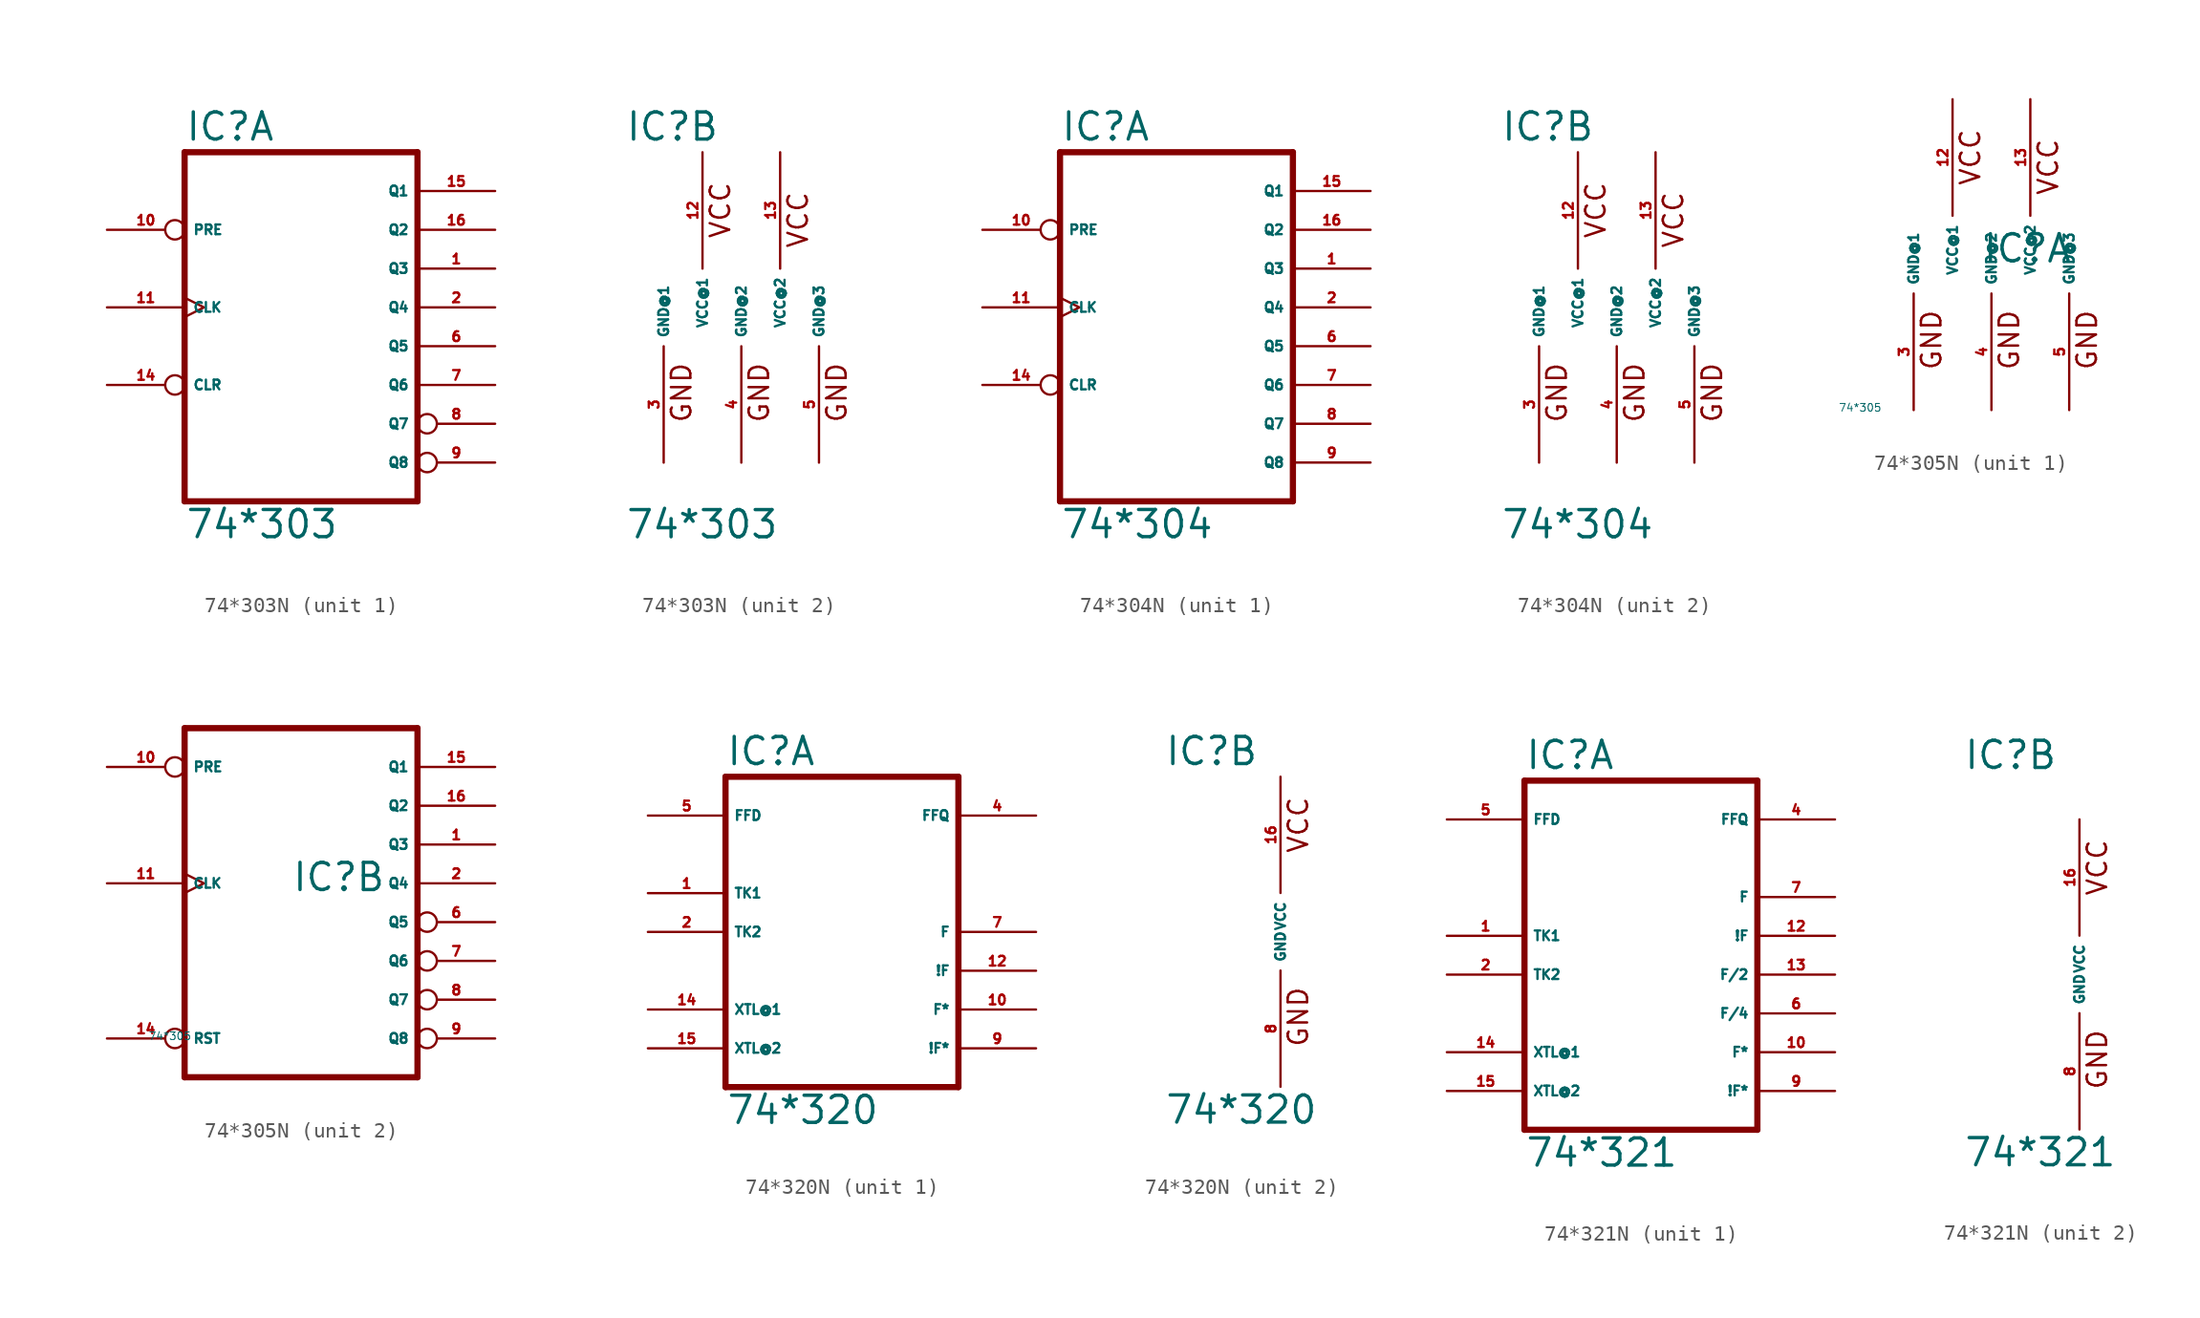
<source format=kicad_sym>
(kicad_symbol_lib
  (version 20220914)
  (generator Eagle2Kicad)
  (symbol "74*303N"
    (property "Reference" "IC"
      (at -7.62 10.795 0)
      (effects (font (size 1.778 1.778) (thickness 0.22)) (justify left bottom)))
    (property "Value" "74*303"
      (at -7.62 -15.24 0)
      (effects (font (size 1.778 1.778) (thickness 0.22)) (justify left bottom)))
    (symbol "74*303N_1_0"
      (polyline (pts (xy -7.62 -12.7) (xy 7.62 -12.7)) (stroke (width 0.406) (type default)) (fill (type none)))
      (polyline (pts (xy 7.62 10.16) (xy 7.62 -12.7)) (stroke (width 0.406) (type default)) (fill (type none)))
      (polyline (pts (xy 7.62 10.16) (xy -7.62 10.16)) (stroke (width 0.406) (type default)) (fill (type none)))
      (polyline (pts (xy -7.62 -12.7) (xy -7.62 10.16)) (stroke (width 0.406) (type default)) (fill (type none)))
      (pin input inverted (at -12.7 5.08 0) (length 5.08) (name "PRE" (effects (font (size 0.635 0.635) (thickness 0.08)) (justify left bottom))) (number "10" (effects (font (size 0.635 0.635) (thickness 0.08)) (justify left bottom))))
      (pin input clock (at -12.7 0 0) (length 5.08) (name "CLK" (effects (font (size 0.635 0.635) (thickness 0.08)) (justify left bottom))) (number "11" (effects (font (size 0.635 0.635) (thickness 0.08)) (justify left bottom))))
      (pin input inverted (at -12.7 -5.08 0) (length 5.08) (name "CLR" (effects (font (size 0.635 0.635) (thickness 0.08)) (justify left bottom))) (number "14" (effects (font (size 0.635 0.635) (thickness 0.08)) (justify left bottom))))
      (pin output line (at 12.7 7.62 180) (length 5.08) (name "Q1" (effects (font (size 0.635 0.635) (thickness 0.08)) (justify left bottom))) (number "15" (effects (font (size 0.635 0.635) (thickness 0.08)) (justify left bottom))))
      (pin output line (at 12.7 5.08 180) (length 5.08) (name "Q2" (effects (font (size 0.635 0.635) (thickness 0.08)) (justify left bottom))) (number "16" (effects (font (size 0.635 0.635) (thickness 0.08)) (justify left bottom))))
      (pin output line (at 12.7 2.54 180) (length 5.08) (name "Q3" (effects (font (size 0.635 0.635) (thickness 0.08)) (justify left bottom))) (number "1" (effects (font (size 0.635 0.635) (thickness 0.08)) (justify left bottom))))
      (pin output line (at 12.7 0 180) (length 5.08) (name "Q4" (effects (font (size 0.635 0.635) (thickness 0.08)) (justify left bottom))) (number "2" (effects (font (size 0.635 0.635) (thickness 0.08)) (justify left bottom))))
      (pin output line (at 12.7 -2.54 180) (length 5.08) (name "Q5" (effects (font (size 0.635 0.635) (thickness 0.08)) (justify left bottom))) (number "6" (effects (font (size 0.635 0.635) (thickness 0.08)) (justify left bottom))))
      (pin output line (at 12.7 -5.08 180) (length 5.08) (name "Q6" (effects (font (size 0.635 0.635) (thickness 0.08)) (justify left bottom))) (number "7" (effects (font (size 0.635 0.635) (thickness 0.08)) (justify left bottom))))
      (pin output inverted (at 12.7 -7.62 180) (length 5.08) (name "Q7" (effects (font (size 0.635 0.635) (thickness 0.08)) (justify left bottom))) (number "8" (effects (font (size 0.635 0.635) (thickness 0.08)) (justify left bottom))))
      (pin output inverted (at 12.7 -10.16 180) (length 5.08) (name "Q8" (effects (font (size 0.635 0.635) (thickness 0.08)) (justify left bottom))) (number "9" (effects (font (size 0.635 0.635) (thickness 0.08)) (justify left bottom)))))
    (symbol "74*303N_2_0"
      (text "GND" (at 6.985 -7.62 900) (effects (font (size 1.27 1.27) (thickness 0.16)) (justify left bottom)))
      (text "GND" (at 1.905 -7.62 900) (effects (font (size 1.27 1.27) (thickness 0.16)) (justify left bottom)))
      (text "GND" (at -3.175 -7.62 900) (effects (font (size 1.27 1.27) (thickness 0.16)) (justify left bottom)))
      (text "VCC" (at 4.445 3.81 900) (effects (font (size 1.27 1.27) (thickness 0.16)) (justify left bottom)))
      (text "VCC" (at -0.635 4.445 900) (effects (font (size 1.27 1.27) (thickness 0.16)) (justify left bottom)))
      (pin unspecified line (at -2.54 10.16 270) (length 7.62) (name "VCC@1" (effects (font (size 0.635 0.635) (thickness 0.08)) (justify left bottom))) (number "12" (effects (font (size 0.635 0.635) (thickness 0.08)) (justify left bottom))))
      (pin unspecified line (at 2.54 10.16 270) (length 7.62) (name "VCC@2" (effects (font (size 0.635 0.635) (thickness 0.08)) (justify left bottom))) (number "13" (effects (font (size 0.635 0.635) (thickness 0.08)) (justify left bottom))))
      (pin unspecified line (at 5.08 -10.16 90) (length 7.62) (name "GND@3" (effects (font (size 0.635 0.635) (thickness 0.08)) (justify left bottom))) (number "5" (effects (font (size 0.635 0.635) (thickness 0.08)) (justify left bottom))))
      (pin unspecified line (at 0 -10.16 90) (length 7.62) (name "GND@2" (effects (font (size 0.635 0.635) (thickness 0.08)) (justify left bottom))) (number "4" (effects (font (size 0.635 0.635) (thickness 0.08)) (justify left bottom))))
      (pin unspecified line (at -5.08 -10.16 90) (length 7.62) (name "GND@1" (effects (font (size 0.635 0.635) (thickness 0.08)) (justify left bottom))) (number "3" (effects (font (size 0.635 0.635) (thickness 0.08)) (justify left bottom))))))
  (symbol "74*304N"
    (property "Reference" "IC"
      (at -7.62 10.795 0)
      (effects (font (size 1.778 1.778) (thickness 0.22)) (justify left bottom)))
    (property "Value" "74*304"
      (at -7.62 -15.24 0)
      (effects (font (size 1.778 1.778) (thickness 0.22)) (justify left bottom)))
    (symbol "74*304N_1_0"
      (polyline (pts (xy -7.62 -12.7) (xy 7.62 -12.7)) (stroke (width 0.406) (type default)) (fill (type none)))
      (polyline (pts (xy 7.62 10.16) (xy 7.62 -12.7)) (stroke (width 0.406) (type default)) (fill (type none)))
      (polyline (pts (xy 7.62 10.16) (xy -7.62 10.16)) (stroke (width 0.406) (type default)) (fill (type none)))
      (polyline (pts (xy -7.62 -12.7) (xy -7.62 10.16)) (stroke (width 0.406) (type default)) (fill (type none)))
      (pin input inverted (at -12.7 5.08 0) (length 5.08) (name "PRE" (effects (font (size 0.635 0.635) (thickness 0.08)) (justify left bottom))) (number "10" (effects (font (size 0.635 0.635) (thickness 0.08)) (justify left bottom))))
      (pin input clock (at -12.7 0 0) (length 5.08) (name "CLK" (effects (font (size 0.635 0.635) (thickness 0.08)) (justify left bottom))) (number "11" (effects (font (size 0.635 0.635) (thickness 0.08)) (justify left bottom))))
      (pin input inverted (at -12.7 -5.08 0) (length 5.08) (name "CLR" (effects (font (size 0.635 0.635) (thickness 0.08)) (justify left bottom))) (number "14" (effects (font (size 0.635 0.635) (thickness 0.08)) (justify left bottom))))
      (pin output line (at 12.7 7.62 180) (length 5.08) (name "Q1" (effects (font (size 0.635 0.635) (thickness 0.08)) (justify left bottom))) (number "15" (effects (font (size 0.635 0.635) (thickness 0.08)) (justify left bottom))))
      (pin output line (at 12.7 5.08 180) (length 5.08) (name "Q2" (effects (font (size 0.635 0.635) (thickness 0.08)) (justify left bottom))) (number "16" (effects (font (size 0.635 0.635) (thickness 0.08)) (justify left bottom))))
      (pin output line (at 12.7 2.54 180) (length 5.08) (name "Q3" (effects (font (size 0.635 0.635) (thickness 0.08)) (justify left bottom))) (number "1" (effects (font (size 0.635 0.635) (thickness 0.08)) (justify left bottom))))
      (pin output line (at 12.7 0 180) (length 5.08) (name "Q4" (effects (font (size 0.635 0.635) (thickness 0.08)) (justify left bottom))) (number "2" (effects (font (size 0.635 0.635) (thickness 0.08)) (justify left bottom))))
      (pin output line (at 12.7 -2.54 180) (length 5.08) (name "Q5" (effects (font (size 0.635 0.635) (thickness 0.08)) (justify left bottom))) (number "6" (effects (font (size 0.635 0.635) (thickness 0.08)) (justify left bottom))))
      (pin output line (at 12.7 -5.08 180) (length 5.08) (name "Q6" (effects (font (size 0.635 0.635) (thickness 0.08)) (justify left bottom))) (number "7" (effects (font (size 0.635 0.635) (thickness 0.08)) (justify left bottom))))
      (pin output line (at 12.7 -7.62 180) (length 5.08) (name "Q7" (effects (font (size 0.635 0.635) (thickness 0.08)) (justify left bottom))) (number "8" (effects (font (size 0.635 0.635) (thickness 0.08)) (justify left bottom))))
      (pin output line (at 12.7 -10.16 180) (length 5.08) (name "Q8" (effects (font (size 0.635 0.635) (thickness 0.08)) (justify left bottom))) (number "9" (effects (font (size 0.635 0.635) (thickness 0.08)) (justify left bottom)))))
    (symbol "74*304N_2_0"
      (text "GND" (at 6.985 -7.62 900) (effects (font (size 1.27 1.27) (thickness 0.16)) (justify left bottom)))
      (text "GND" (at 1.905 -7.62 900) (effects (font (size 1.27 1.27) (thickness 0.16)) (justify left bottom)))
      (text "GND" (at -3.175 -7.62 900) (effects (font (size 1.27 1.27) (thickness 0.16)) (justify left bottom)))
      (text "VCC" (at 4.445 3.81 900) (effects (font (size 1.27 1.27) (thickness 0.16)) (justify left bottom)))
      (text "VCC" (at -0.635 4.445 900) (effects (font (size 1.27 1.27) (thickness 0.16)) (justify left bottom)))
      (pin unspecified line (at -2.54 10.16 270) (length 7.62) (name "VCC@1" (effects (font (size 0.635 0.635) (thickness 0.08)) (justify left bottom))) (number "12" (effects (font (size 0.635 0.635) (thickness 0.08)) (justify left bottom))))
      (pin unspecified line (at 2.54 10.16 270) (length 7.62) (name "VCC@2" (effects (font (size 0.635 0.635) (thickness 0.08)) (justify left bottom))) (number "13" (effects (font (size 0.635 0.635) (thickness 0.08)) (justify left bottom))))
      (pin unspecified line (at 5.08 -10.16 90) (length 7.62) (name "GND@3" (effects (font (size 0.635 0.635) (thickness 0.08)) (justify left bottom))) (number "5" (effects (font (size 0.635 0.635) (thickness 0.08)) (justify left bottom))))
      (pin unspecified line (at 0 -10.16 90) (length 7.62) (name "GND@2" (effects (font (size 0.635 0.635) (thickness 0.08)) (justify left bottom))) (number "4" (effects (font (size 0.635 0.635) (thickness 0.08)) (justify left bottom))))
      (pin unspecified line (at -5.08 -10.16 90) (length 7.62) (name "GND@1" (effects (font (size 0.635 0.635) (thickness 0.08)) (justify left bottom))) (number "3" (effects (font (size 0.635 0.635) (thickness 0.08)) (justify left bottom))))))
  (symbol "74*305N"
    (property "Reference" "IC"
      (at -0.635 -0.635 0)
      (effects (font (size 1.778 1.778) (thickness 0.22)) (justify left bottom)))
    (property "Value" "74*305"
      (at -10 -10 0)
      (effects (font (size 0.5 0.5) (thickness 0.06)) (justify left)))
    (symbol "74*305N_1_0"
      (text "GND" (at 6.985 -7.62 900) (effects (font (size 1.27 1.27) (thickness 0.16)) (justify left bottom)))
      (text "GND" (at 1.905 -7.62 900) (effects (font (size 1.27 1.27) (thickness 0.16)) (justify left bottom)))
      (text "GND" (at -3.175 -7.62 900) (effects (font (size 1.27 1.27) (thickness 0.16)) (justify left bottom)))
      (text "VCC" (at 4.445 3.81 900) (effects (font (size 1.27 1.27) (thickness 0.16)) (justify left bottom)))
      (text "VCC" (at -0.635 4.445 900) (effects (font (size 1.27 1.27) (thickness 0.16)) (justify left bottom)))
      (pin unspecified line (at -2.54 10.16 270) (length 7.62) (name "VCC@1" (effects (font (size 0.635 0.635) (thickness 0.08)) (justify left bottom))) (number "12" (effects (font (size 0.635 0.635) (thickness 0.08)) (justify left bottom))))
      (pin unspecified line (at 2.54 10.16 270) (length 7.62) (name "VCC@2" (effects (font (size 0.635 0.635) (thickness 0.08)) (justify left bottom))) (number "13" (effects (font (size 0.635 0.635) (thickness 0.08)) (justify left bottom))))
      (pin unspecified line (at 5.08 -10.16 90) (length 7.62) (name "GND@3" (effects (font (size 0.635 0.635) (thickness 0.08)) (justify left bottom))) (number "5" (effects (font (size 0.635 0.635) (thickness 0.08)) (justify left bottom))))
      (pin unspecified line (at 0 -10.16 90) (length 7.62) (name "GND@2" (effects (font (size 0.635 0.635) (thickness 0.08)) (justify left bottom))) (number "4" (effects (font (size 0.635 0.635) (thickness 0.08)) (justify left bottom))))
      (pin unspecified line (at -5.08 -10.16 90) (length 7.62) (name "GND@1" (effects (font (size 0.635 0.635) (thickness 0.08)) (justify left bottom))) (number "3" (effects (font (size 0.635 0.635) (thickness 0.08)) (justify left bottom)))))
    (symbol "74*305N_2_0"
      (polyline (pts (xy -7.62 -12.7) (xy 7.62 -12.7)) (stroke (width 0.406) (type default)) (fill (type none)))
      (polyline (pts (xy 7.62 10.16) (xy 7.62 -12.7)) (stroke (width 0.406) (type default)) (fill (type none)))
      (polyline (pts (xy 7.62 10.16) (xy -7.62 10.16)) (stroke (width 0.406) (type default)) (fill (type none)))
      (polyline (pts (xy -7.62 -12.7) (xy -7.62 10.16)) (stroke (width 0.406) (type default)) (fill (type none)))
      (pin input inverted (at -12.7 7.62 0) (length 5.08) (name "PRE" (effects (font (size 0.635 0.635) (thickness 0.08)) (justify left bottom))) (number "10" (effects (font (size 0.635 0.635) (thickness 0.08)) (justify left bottom))))
      (pin input clock (at -12.7 0 0) (length 5.08) (name "CLK" (effects (font (size 0.635 0.635) (thickness 0.08)) (justify left bottom))) (number "11" (effects (font (size 0.635 0.635) (thickness 0.08)) (justify left bottom))))
      (pin input inverted (at -12.7 -10.16 0) (length 5.08) (name "RST" (effects (font (size 0.635 0.635) (thickness 0.08)) (justify left bottom))) (number "14" (effects (font (size 0.635 0.635) (thickness 0.08)) (justify left bottom))))
      (pin output line (at 12.7 7.62 180) (length 5.08) (name "Q1" (effects (font (size 0.635 0.635) (thickness 0.08)) (justify left bottom))) (number "15" (effects (font (size 0.635 0.635) (thickness 0.08)) (justify left bottom))))
      (pin output line (at 12.7 5.08 180) (length 5.08) (name "Q2" (effects (font (size 0.635 0.635) (thickness 0.08)) (justify left bottom))) (number "16" (effects (font (size 0.635 0.635) (thickness 0.08)) (justify left bottom))))
      (pin output line (at 12.7 2.54 180) (length 5.08) (name "Q3" (effects (font (size 0.635 0.635) (thickness 0.08)) (justify left bottom))) (number "1" (effects (font (size 0.635 0.635) (thickness 0.08)) (justify left bottom))))
      (pin output line (at 12.7 0 180) (length 5.08) (name "Q4" (effects (font (size 0.635 0.635) (thickness 0.08)) (justify left bottom))) (number "2" (effects (font (size 0.635 0.635) (thickness 0.08)) (justify left bottom))))
      (pin output inverted (at 12.7 -2.54 180) (length 5.08) (name "Q5" (effects (font (size 0.635 0.635) (thickness 0.08)) (justify left bottom))) (number "6" (effects (font (size 0.635 0.635) (thickness 0.08)) (justify left bottom))))
      (pin output inverted (at 12.7 -5.08 180) (length 5.08) (name "Q6" (effects (font (size 0.635 0.635) (thickness 0.08)) (justify left bottom))) (number "7" (effects (font (size 0.635 0.635) (thickness 0.08)) (justify left bottom))))
      (pin output inverted (at 12.7 -7.62 180) (length 5.08) (name "Q7" (effects (font (size 0.635 0.635) (thickness 0.08)) (justify left bottom))) (number "8" (effects (font (size 0.635 0.635) (thickness 0.08)) (justify left bottom))))
      (pin output inverted (at 12.7 -10.16 180) (length 5.08) (name "Q8" (effects (font (size 0.635 0.635) (thickness 0.08)) (justify left bottom))) (number "9" (effects (font (size 0.635 0.635) (thickness 0.08)) (justify left bottom))))))
  (symbol "74*320N"
    (property "Reference" "IC"
      (at -7.62 10.795 0)
      (effects (font (size 1.778 1.778) (thickness 0.22)) (justify left bottom)))
    (property "Value" "74*320"
      (at -7.62 -12.7 0)
      (effects (font (size 1.778 1.778) (thickness 0.22)) (justify left bottom)))
    (symbol "74*320N_1_0"
      (polyline (pts (xy -7.62 -10.16) (xy 7.62 -10.16)) (stroke (width 0.406) (type default)) (fill (type none)))
      (polyline (pts (xy 7.62 -10.16) (xy 7.62 10.16)) (stroke (width 0.406) (type default)) (fill (type none)))
      (polyline (pts (xy 7.62 10.16) (xy -7.62 10.16)) (stroke (width 0.406) (type default)) (fill (type none)))
      (polyline (pts (xy -7.62 10.16) (xy -7.62 -10.16)) (stroke (width 0.406) (type default)) (fill (type none)))
      (pin input line (at -12.7 2.54 0) (length 5.08) (name "TK1" (effects (font (size 0.635 0.635) (thickness 0.08)) (justify left bottom))) (number "1" (effects (font (size 0.635 0.635) (thickness 0.08)) (justify left bottom))))
      (pin input line (at -12.7 0 0) (length 5.08) (name "TK2" (effects (font (size 0.635 0.635) (thickness 0.08)) (justify left bottom))) (number "2" (effects (font (size 0.635 0.635) (thickness 0.08)) (justify left bottom))))
      (pin output line (at 12.7 7.62 180) (length 5.08) (name "FFQ" (effects (font (size 0.635 0.635) (thickness 0.08)) (justify left bottom))) (number "4" (effects (font (size 0.635 0.635) (thickness 0.08)) (justify left bottom))))
      (pin input line (at -12.7 7.62 0) (length 5.08) (name "FFD" (effects (font (size 0.635 0.635) (thickness 0.08)) (justify left bottom))) (number "5" (effects (font (size 0.635 0.635) (thickness 0.08)) (justify left bottom))))
      (pin output line (at 12.7 0 180) (length 5.08) (name "F" (effects (font (size 0.635 0.635) (thickness 0.08)) (justify left bottom))) (number "7" (effects (font (size 0.635 0.635) (thickness 0.08)) (justify left bottom))))
      (pin output line (at 12.7 -7.62 180) (length 5.08) (name "!F*" (effects (font (size 0.635 0.635) (thickness 0.08)) (justify left bottom))) (number "9" (effects (font (size 0.635 0.635) (thickness 0.08)) (justify left bottom))))
      (pin output line (at 12.7 -5.08 180) (length 5.08) (name "F*" (effects (font (size 0.635 0.635) (thickness 0.08)) (justify left bottom))) (number "10" (effects (font (size 0.635 0.635) (thickness 0.08)) (justify left bottom))))
      (pin output line (at 12.7 -2.54 180) (length 5.08) (name "!F" (effects (font (size 0.635 0.635) (thickness 0.08)) (justify left bottom))) (number "12" (effects (font (size 0.635 0.635) (thickness 0.08)) (justify left bottom))))
      (pin input line (at -12.7 -5.08 0) (length 5.08) (name "XTL@1" (effects (font (size 0.635 0.635) (thickness 0.08)) (justify left bottom))) (number "14" (effects (font (size 0.635 0.635) (thickness 0.08)) (justify left bottom))))
      (pin input line (at -12.7 -7.62 0) (length 5.08) (name "XTL@2" (effects (font (size 0.635 0.635) (thickness 0.08)) (justify left bottom))) (number "15" (effects (font (size 0.635 0.635) (thickness 0.08)) (justify left bottom)))))
    (symbol "74*320N_2_0"
      (text "GND" (at 1.905 -7.62 900) (effects (font (size 1.27 1.27) (thickness 0.16)) (justify left bottom)))
      (text "VCC" (at 1.905 5.08 900) (effects (font (size 1.27 1.27) (thickness 0.16)) (justify left bottom)))
      (pin unspecified line (at 0 -10.16 90) (length 7.62) (name "GND" (effects (font (size 0.635 0.635) (thickness 0.08)) (justify left bottom))) (number "8" (effects (font (size 0.635 0.635) (thickness 0.08)) (justify left bottom))))
      (pin unspecified line (at 0 10.16 270) (length 7.62) (name "VCC" (effects (font (size 0.635 0.635) (thickness 0.08)) (justify left bottom))) (number "16" (effects (font (size 0.635 0.635) (thickness 0.08)) (justify left bottom))))))
  (symbol "74*321N"
    (property "Reference" "IC"
      (at -7.62 13.335 0)
      (effects (font (size 1.778 1.778) (thickness 0.22)) (justify left bottom)))
    (property "Value" "74*321"
      (at -7.62 -12.7 0)
      (effects (font (size 1.778 1.778) (thickness 0.22)) (justify left bottom)))
    (symbol "74*321N_1_0"
      (polyline (pts (xy -7.62 -10.16) (xy 7.62 -10.16)) (stroke (width 0.406) (type default)) (fill (type none)))
      (polyline (pts (xy 7.62 -10.16) (xy 7.62 12.7)) (stroke (width 0.406) (type default)) (fill (type none)))
      (polyline (pts (xy 7.62 12.7) (xy -7.62 12.7)) (stroke (width 0.406) (type default)) (fill (type none)))
      (polyline (pts (xy -7.62 12.7) (xy -7.62 -10.16)) (stroke (width 0.406) (type default)) (fill (type none)))
      (pin input line (at -12.7 2.54 0) (length 5.08) (name "TK1" (effects (font (size 0.635 0.635) (thickness 0.08)) (justify left bottom))) (number "1" (effects (font (size 0.635 0.635) (thickness 0.08)) (justify left bottom))))
      (pin input line (at -12.7 0 0) (length 5.08) (name "TK2" (effects (font (size 0.635 0.635) (thickness 0.08)) (justify left bottom))) (number "2" (effects (font (size 0.635 0.635) (thickness 0.08)) (justify left bottom))))
      (pin output line (at 12.7 10.16 180) (length 5.08) (name "FFQ" (effects (font (size 0.635 0.635) (thickness 0.08)) (justify left bottom))) (number "4" (effects (font (size 0.635 0.635) (thickness 0.08)) (justify left bottom))))
      (pin input line (at -12.7 10.16 0) (length 5.08) (name "FFD" (effects (font (size 0.635 0.635) (thickness 0.08)) (justify left bottom))) (number "5" (effects (font (size 0.635 0.635) (thickness 0.08)) (justify left bottom))))
      (pin output line (at 12.7 -2.54 180) (length 5.08) (name "F/4" (effects (font (size 0.635 0.635) (thickness 0.08)) (justify left bottom))) (number "6" (effects (font (size 0.635 0.635) (thickness 0.08)) (justify left bottom))))
      (pin output line (at 12.7 5.08 180) (length 5.08) (name "F" (effects (font (size 0.635 0.635) (thickness 0.08)) (justify left bottom))) (number "7" (effects (font (size 0.635 0.635) (thickness 0.08)) (justify left bottom))))
      (pin output line (at 12.7 -7.62 180) (length 5.08) (name "!F*" (effects (font (size 0.635 0.635) (thickness 0.08)) (justify left bottom))) (number "9" (effects (font (size 0.635 0.635) (thickness 0.08)) (justify left bottom))))
      (pin output line (at 12.7 -5.08 180) (length 5.08) (name "F*" (effects (font (size 0.635 0.635) (thickness 0.08)) (justify left bottom))) (number "10" (effects (font (size 0.635 0.635) (thickness 0.08)) (justify left bottom))))
      (pin output line (at 12.7 2.54 180) (length 5.08) (name "!F" (effects (font (size 0.635 0.635) (thickness 0.08)) (justify left bottom))) (number "12" (effects (font (size 0.635 0.635) (thickness 0.08)) (justify left bottom))))
      (pin output line (at 12.7 0 180) (length 5.08) (name "F/2" (effects (font (size 0.635 0.635) (thickness 0.08)) (justify left bottom))) (number "13" (effects (font (size 0.635 0.635) (thickness 0.08)) (justify left bottom))))
      (pin input line (at -12.7 -5.08 0) (length 5.08) (name "XTL@1" (effects (font (size 0.635 0.635) (thickness 0.08)) (justify left bottom))) (number "14" (effects (font (size 0.635 0.635) (thickness 0.08)) (justify left bottom))))
      (pin input line (at -12.7 -7.62 0) (length 5.08) (name "XTL@2" (effects (font (size 0.635 0.635) (thickness 0.08)) (justify left bottom))) (number "15" (effects (font (size 0.635 0.635) (thickness 0.08)) (justify left bottom)))))
    (symbol "74*321N_2_0"
      (text "GND" (at 1.905 -7.62 900) (effects (font (size 1.27 1.27) (thickness 0.16)) (justify left bottom)))
      (text "VCC" (at 1.905 5.08 900) (effects (font (size 1.27 1.27) (thickness 0.16)) (justify left bottom)))
      (pin unspecified line (at 0 -10.16 90) (length 7.62) (name "GND" (effects (font (size 0.635 0.635) (thickness 0.08)) (justify left bottom))) (number "8" (effects (font (size 0.635 0.635) (thickness 0.08)) (justify left bottom))))
      (pin unspecified line (at 0 10.16 270) (length 7.62) (name "VCC" (effects (font (size 0.635 0.635) (thickness 0.08)) (justify left bottom))) (number "16" (effects (font (size 0.635 0.635) (thickness 0.08)) (justify left bottom)))))))
</source>
